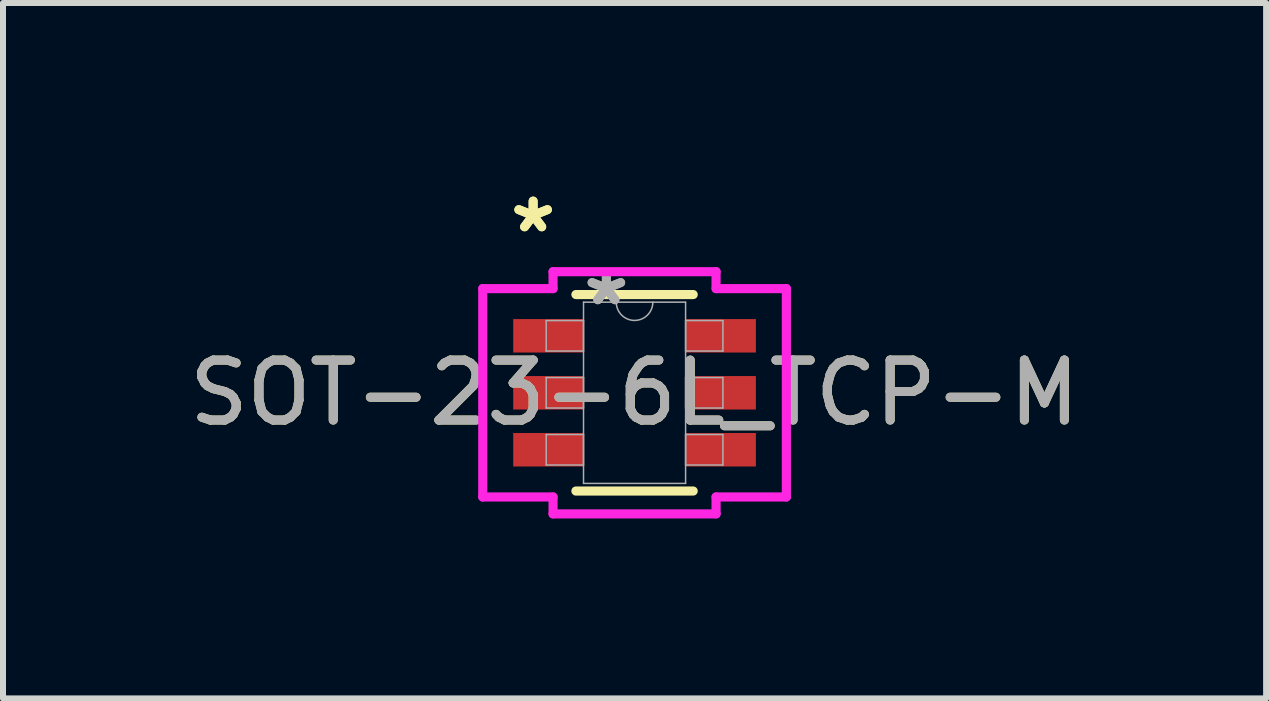
<source format=kicad_pcb>
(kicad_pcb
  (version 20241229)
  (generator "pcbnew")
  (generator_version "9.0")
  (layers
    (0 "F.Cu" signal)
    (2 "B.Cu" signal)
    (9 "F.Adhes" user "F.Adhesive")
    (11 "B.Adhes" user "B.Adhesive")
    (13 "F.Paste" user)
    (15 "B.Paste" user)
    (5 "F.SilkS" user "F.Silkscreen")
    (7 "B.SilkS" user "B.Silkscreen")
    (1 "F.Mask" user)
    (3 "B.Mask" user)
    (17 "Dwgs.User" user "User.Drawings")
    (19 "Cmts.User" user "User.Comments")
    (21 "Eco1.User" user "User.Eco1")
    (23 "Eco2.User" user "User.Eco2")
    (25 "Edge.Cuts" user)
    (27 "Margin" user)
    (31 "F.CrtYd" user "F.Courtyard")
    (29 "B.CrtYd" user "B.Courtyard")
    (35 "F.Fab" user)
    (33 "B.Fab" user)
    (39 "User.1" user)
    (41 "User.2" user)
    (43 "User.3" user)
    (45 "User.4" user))
  (footprint "SOT-23-6L_TCP-M"
    (layer "F.Cu")
    (at 7.53 3.499)
    (property "Reference" "SOT-23-6L_TCP-M" (at 0 0 0) (unlocked yes) (layer "F.SilkS") (effects (font (size 1 1) (thickness 0.15))))
    (attr smd)
    (fp_line (start -0.978 1.638) (end 0.978 1.638) (stroke (width 0.152) (type solid)) (layer "F.SilkS"))
    (fp_line (start 0.978 -1.638) (end -0.978 -1.638) (stroke (width 0.152) (type solid)) (layer "F.SilkS"))
    (fp_line (start -2.531 -1.737) (end -1.359 -1.737) (stroke (width 0.152) (type solid)) (layer "F.CrtYd"))
    (fp_line (start -2.531 1.737) (end -2.531 -1.737) (stroke (width 0.152) (type solid)) (layer "F.CrtYd"))
    (fp_line (start -2.531 1.737) (end -1.359 1.737) (stroke (width 0.152) (type solid)) (layer "F.CrtYd"))
    (fp_line (start -1.359 -2.019) (end 1.359 -2.019) (stroke (width 0.152) (type solid)) (layer "F.CrtYd"))
    (fp_line (start -1.359 -1.737) (end -1.359 -2.019) (stroke (width 0.152) (type solid)) (layer "F.CrtYd"))
    (fp_line (start -1.359 2.019) (end -1.359 1.737) (stroke (width 0.152) (type solid)) (layer "F.CrtYd"))
    (fp_line (start 1.359 -2.019) (end 1.359 -1.737) (stroke (width 0.152) (type solid)) (layer "F.CrtYd"))
    (fp_line (start 1.359 1.737) (end 1.359 2.019) (stroke (width 0.152) (type solid)) (layer "F.CrtYd"))
    (fp_line (start 1.359 2.019) (end -1.359 2.019) (stroke (width 0.152) (type solid)) (layer "F.CrtYd"))
    (fp_line (start 2.531 -1.737) (end 1.359 -1.737) (stroke (width 0.152) (type solid)) (layer "F.CrtYd"))
    (fp_line (start 2.531 -1.737) (end 2.531 1.737) (stroke (width 0.152) (type solid)) (layer "F.CrtYd"))
    (fp_line (start 2.531 1.737) (end 1.359 1.737) (stroke (width 0.152) (type solid)) (layer "F.CrtYd"))
    (fp_line (start -1.473 -1.204) (end -1.473 -0.696) (stroke (width 0.025) (type solid)) (layer "F.Fab"))
    (fp_line (start -1.473 -0.696) (end -0.851 -0.696) (stroke (width 0.025) (type solid)) (layer "F.Fab"))
    (fp_line (start -1.473 -0.254) (end -1.473 0.254) (stroke (width 0.025) (type solid)) (layer "F.Fab"))
    (fp_line (start -1.473 0.254) (end -0.851 0.254) (stroke (width 0.025) (type solid)) (layer "F.Fab"))
    (fp_line (start -1.473 0.696) (end -1.473 1.204) (stroke (width 0.025) (type solid)) (layer "F.Fab"))
    (fp_line (start -1.473 1.204) (end -0.851 1.204) (stroke (width 0.025) (type solid)) (layer "F.Fab"))
    (fp_line (start -0.851 -1.511) (end -0.851 1.511) (stroke (width 0.025) (type solid)) (layer "F.Fab"))
    (fp_line (start -0.851 -1.204) (end -1.473 -1.204) (stroke (width 0.025) (type solid)) (layer "F.Fab"))
    (fp_line (start -0.851 -0.696) (end -0.851 -1.204) (stroke (width 0.025) (type solid)) (layer "F.Fab"))
    (fp_line (start -0.851 -0.254) (end -1.473 -0.254) (stroke (width 0.025) (type solid)) (layer "F.Fab"))
    (fp_line (start -0.851 0.254) (end -0.851 -0.254) (stroke (width 0.025) (type solid)) (layer "F.Fab"))
    (fp_line (start -0.851 0.696) (end -1.473 0.696) (stroke (width 0.025) (type solid)) (layer "F.Fab"))
    (fp_line (start -0.851 1.204) (end -0.851 0.696) (stroke (width 0.025) (type solid)) (layer "F.Fab"))
    (fp_line (start -0.851 1.511) (end 0.851 1.511) (stroke (width 0.025) (type solid)) (layer "F.Fab"))
    (fp_line (start 0.851 -1.511) (end -0.851 -1.511) (stroke (width 0.025) (type solid)) (layer "F.Fab"))
    (fp_line (start 0.851 -1.204) (end 0.851 -0.696) (stroke (width 0.025) (type solid)) (layer "F.Fab"))
    (fp_line (start 0.851 -0.696) (end 1.473 -0.696) (stroke (width 0.025) (type solid)) (layer "F.Fab"))
    (fp_line (start 0.851 -0.254) (end 0.851 0.254) (stroke (width 0.025) (type solid)) (layer "F.Fab"))
    (fp_line (start 0.851 0.254) (end 1.473 0.254) (stroke (width 0.025) (type solid)) (layer "F.Fab"))
    (fp_line (start 0.851 0.696) (end 0.851 1.204) (stroke (width 0.025) (type solid)) (layer "F.Fab"))
    (fp_line (start 0.851 1.204) (end 1.473 1.204) (stroke (width 0.025) (type solid)) (layer "F.Fab"))
    (fp_line (start 0.851 1.511) (end 0.851 -1.511) (stroke (width 0.025) (type solid)) (layer "F.Fab"))
    (fp_line (start 1.473 -1.204) (end 0.851 -1.204) (stroke (width 0.025) (type solid)) (layer "F.Fab"))
    (fp_line (start 1.473 -0.696) (end 1.473 -1.204) (stroke (width 0.025) (type solid)) (layer "F.Fab"))
    (fp_line (start 1.473 -0.254) (end 0.851 -0.254) (stroke (width 0.025) (type solid)) (layer "F.Fab"))
    (fp_line (start 1.473 0.254) (end 1.473 -0.254) (stroke (width 0.025) (type solid)) (layer "F.Fab"))
    (fp_line (start 1.473 0.696) (end 0.851 0.696) (stroke (width 0.025) (type solid)) (layer "F.Fab"))
    (fp_line (start 1.473 1.204) (end 1.473 0.696) (stroke (width 0.025) (type solid)) (layer "F.Fab"))
    (fp_arc (start 0.3048 -1.5113) (mid 0 -1.2065) (end -0.3048 -1.5113) (stroke (width 0.0254) (type solid)) (layer "F.Fab"))
    (fp_text user "*" (at -1.691 -2.651 0) (unlocked yes) (layer "F.SilkS") (effects (font (size 1 1) (thickness 0.15))))
    (fp_text user "*" (at -1.691 -2.651 0) (layer "F.SilkS") (effects (font (size 1 1) (thickness 0.15))))
    (fp_text user "*" (at -0.47 -1.435 0) (unlocked yes) (layer "F.Fab") (effects (font (size 1 1) (thickness 0.15))))
    (fp_text user "*" (at -0.47 -1.435 0) (layer "F.Fab") (effects (font (size 1 1) (thickness 0.15))))
    (fp_text user "${REFERENCE}" (at 0 0 0) (unlocked yes) (layer "F.Fab") (effects (font (size 1 1) (thickness 0.15))))
    (pad "1" smd rect (at -1.437 -0.95) (size 1.172 0.558) (layers "F.Cu" "F.Mask" "F.Paste"))
    (pad "2" smd rect (at -1.437 0) (size 1.172 0.558) (layers "F.Cu" "F.Mask" "F.Paste"))
    (pad "3" smd rect (at -1.437 0.95) (size 1.172 0.558) (layers "F.Cu" "F.Mask" "F.Paste"))
    (pad "4" smd rect (at 1.437 0.95) (size 1.172 0.558) (layers "F.Cu" "F.Mask" "F.Paste"))
    (pad "5" smd rect (at 1.437 0) (size 1.172 0.558) (layers "F.Cu" "F.Mask" "F.Paste"))
    (pad "6" smd rect (at 1.437 -0.95) (size 1.172 0.558) (layers "F.Cu" "F.Mask" "F.Paste")))
  (gr_rect
    (start -3 -3)
    (end 18.06 8.595)
    (stroke (width 0.1) (type default))
    (fill no)
    (layer "Edge.Cuts")))
</source>
